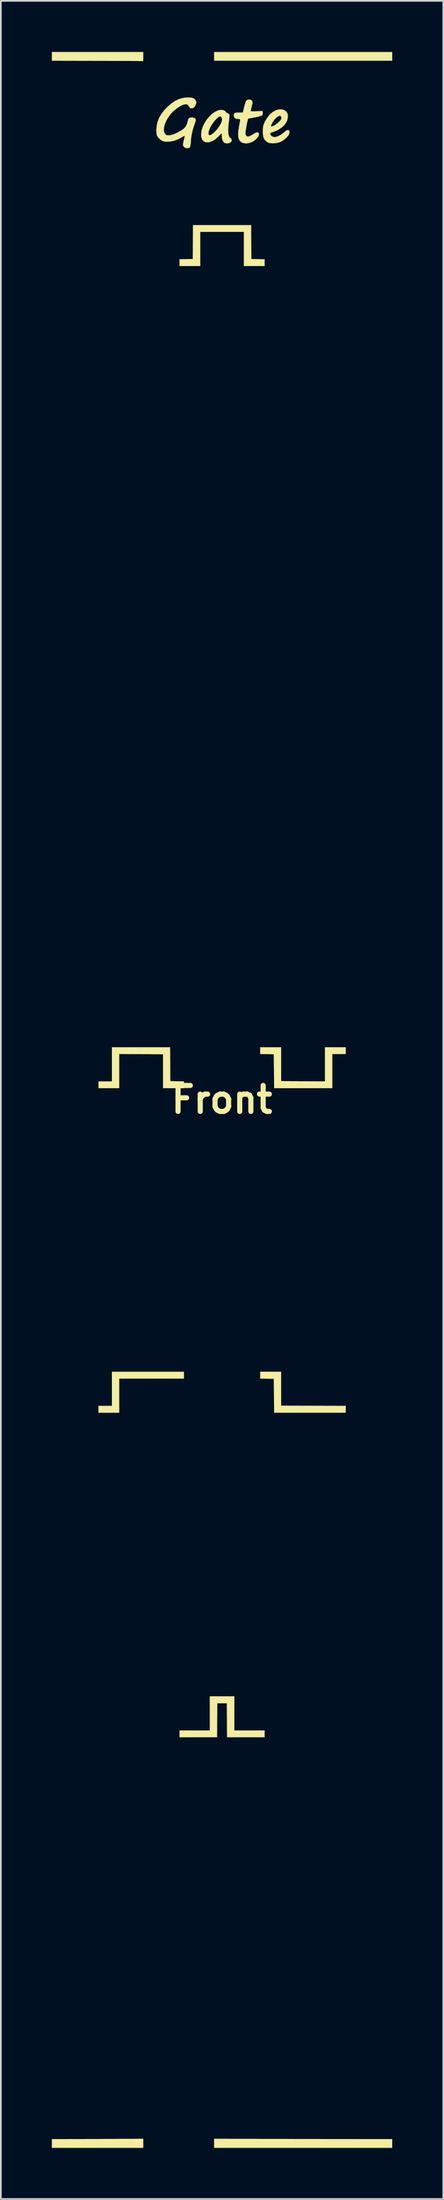
<source format=kicad_pcb>
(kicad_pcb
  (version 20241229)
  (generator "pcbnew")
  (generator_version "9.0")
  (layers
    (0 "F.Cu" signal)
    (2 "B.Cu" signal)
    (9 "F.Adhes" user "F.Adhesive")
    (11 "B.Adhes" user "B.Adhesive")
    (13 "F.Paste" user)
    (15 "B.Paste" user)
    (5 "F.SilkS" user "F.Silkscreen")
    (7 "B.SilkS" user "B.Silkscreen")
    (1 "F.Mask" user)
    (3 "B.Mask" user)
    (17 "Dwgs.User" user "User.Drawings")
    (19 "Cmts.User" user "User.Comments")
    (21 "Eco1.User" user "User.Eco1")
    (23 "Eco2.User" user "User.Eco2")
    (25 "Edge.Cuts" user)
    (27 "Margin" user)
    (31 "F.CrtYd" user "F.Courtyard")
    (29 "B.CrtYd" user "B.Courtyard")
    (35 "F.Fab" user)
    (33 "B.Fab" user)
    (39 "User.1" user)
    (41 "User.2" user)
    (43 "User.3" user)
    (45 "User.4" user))
  (footprint "Front"
    (layer "F.Cu")
    (at 9.996 61.501)
    (property "Reference" "Front" (at 0 0 0) (layer "F.SilkS") (effects (font (size 1.524 1.524) (thickness 0.3))))
    (attr through_hole)
    (fp_poly (pts (xy 10.019 -60.988) (xy -0.452 -60.988) (xy -0.452 -61.496) (xy 10.019 -61.496) (xy 10.019 -60.988)) (stroke (width 0.01) (type solid)) (fill yes) (layer "F.SilkS"))
    (fp_poly (pts (xy -4.628 61.263) (xy -4.628 61.524) (xy -9.991 61.524) (xy -9.991 61.017) (xy -4.628 61.002) (xy -4.628 61.263)) (stroke (width 0.01) (type solid)) (fill yes) (layer "F.SilkS"))
    (fp_poly (pts (xy 4.784 61.01) (xy 10.019 61.017) (xy 10.019 61.524) (xy -0.452 61.524) (xy -0.452 61.263) (xy -0.452 61.002) (xy 4.784 61.01)) (stroke (width 0.01) (type solid)) (fill yes) (layer "F.SilkS"))
    (fp_poly (pts (xy -2.23 16.369) (xy -6.04 16.369) (xy -6.04 18.373) (xy -7.253 18.373) (xy -7.253 17.978) (xy -6.463 17.978) (xy -6.463 15.974) (xy -2.23 15.974) (xy -2.23 16.369)) (stroke (width 0.01) (type solid)) (fill yes) (layer "F.SilkS"))
    (fp_poly (pts (xy 3.485 17.963) (xy 5.383 17.971) (xy 7.281 17.978) (xy 7.281 18.373) (xy 3.077 18.373) (xy 3.07 17.378) (xy 3.062 16.383) (xy 2.66 16.375) (xy 2.258 16.367) (xy 2.258 15.974) (xy 2.872 15.974) (xy 3.485 15.974) (xy 3.485 17.963)) (stroke (width 0.01) (type solid)) (fill yes) (layer "F.SilkS"))
    (fp_poly (pts (xy -3.041 -2.081) (xy -3.034 -1.087) (xy -2.632 -1.079) (xy -2.23 -1.071) (xy -2.23 -0.677) (xy -2.843 -0.677) (xy -3.457 -0.677) (xy -3.457 -2.667) (xy -4.748 -2.674) (xy -6.04 -2.682) (xy -6.04 -0.677) (xy -7.253 -0.677) (xy -7.253 -1.072) (xy -6.463 -1.072) (xy -6.463 -3.076) (xy -3.049 -3.076) (xy -3.041 -2.081)) (stroke (width 0.01) (type solid)) (fill yes) (layer "F.SilkS"))
    (fp_poly (pts (xy 1.728 -50.341) (xy 1.736 -49.347) (xy 2.124 -49.339) (xy 2.512 -49.331) (xy 2.512 -48.937) (xy 1.298 -48.937) (xy 1.298 -50.941) (xy -1.27 -50.941) (xy -1.27 -48.937) (xy -2.484 -48.937) (xy -2.484 -49.331) (xy -2.095 -49.339) (xy -1.707 -49.347) (xy -1.7 -50.341) (xy -1.693 -51.336) (xy 1.721 -51.336) (xy 1.728 -50.341)) (stroke (width 0.01) (type solid)) (fill yes) (layer "F.SilkS"))
    (fp_poly (pts (xy 3.485 -1.087) (xy 4.777 -1.079) (xy 6.068 -1.072) (xy 6.068 -3.076) (xy 7.281 -3.076) (xy 7.281 -2.681) (xy 6.491 -2.681) (xy 6.491 -0.677) (xy 3.077 -0.677) (xy 3.07 -1.672) (xy 3.062 -2.667) (xy 2.66 -2.675) (xy 2.258 -2.683) (xy 2.258 -3.076) (xy 2.872 -3.076) (xy 3.485 -3.076) (xy 3.485 -1.087)) (stroke (width 0.01) (type solid)) (fill yes) (layer "F.SilkS"))
    (fp_poly (pts (xy -4.628 -61.228) (xy -4.629 -61.114) (xy -4.631 -61.025) (xy -4.634 -60.974) (xy -4.636 -60.967) (xy -4.664 -60.968) (xy -4.745 -60.969) (xy -4.875 -60.97) (xy -5.05 -60.972) (xy -5.265 -60.973) (xy -5.517 -60.974) (xy -5.803 -60.976) (xy -6.118 -60.977) (xy -6.457 -60.978) (xy -6.819 -60.98) (xy -7.198 -60.981) (xy -7.317 -60.981) (xy -9.991 -60.989) (xy -9.991 -61.496) (xy -4.628 -61.496) (xy -4.628 -61.228)) (stroke (width 0.01) (type solid)) (fill yes) (layer "F.SilkS"))
    (fp_poly (pts (xy 0.734 37.028) (xy 2.512 37.028) (xy 2.512 37.423) (xy 0.31 37.423) (xy 0.31 37.345) (xy 0.31 37.299) (xy 0.309 37.203) (xy 0.308 37.066) (xy 0.307 36.894) (xy 0.305 36.696) (xy 0.304 36.478) (xy 0.303 36.35) (xy 0.296 35.433) (xy -0.268 35.433) (xy -0.276 36.428) (xy -0.283 37.423) (xy -2.484 37.423) (xy -2.484 37.028) (xy -0.706 37.028) (xy -0.706 35.024) (xy 0.734 35.024) (xy 0.734 37.028)) (stroke (width 0.01) (type solid)) (fill yes) (layer "F.SilkS"))
    (fp_poly (pts (xy 0.129 -58.067) (xy 0.208 -58.01) (xy 0.223 -57.987) (xy 0.274 -57.934) (xy 0.348 -57.896) (xy 0.398 -57.874) (xy 0.43 -57.835) (xy 0.446 -57.773) (xy 0.446 -57.678) (xy 0.431 -57.544) (xy 0.411 -57.407) (xy 0.378 -57.15) (xy 0.367 -56.925) (xy 0.376 -56.737) (xy 0.405 -56.591) (xy 0.454 -56.49) (xy 0.502 -56.447) (xy 0.566 -56.389) (xy 0.579 -56.306) (xy 0.573 -56.277) (xy 0.529 -56.209) (xy 0.448 -56.162) (xy 0.347 -56.137) (xy 0.244 -56.139) (xy 0.154 -56.17) (xy 0.12 -56.197) (xy 0.048 -56.303) (xy 0.009 -56.435) (xy 0 -56.573) (xy -0.003 -56.658) (xy -0.009 -56.713) (xy -0.015 -56.727) (xy -0.04 -56.707) (xy -0.093 -56.656) (xy -0.165 -56.582) (xy -0.197 -56.549) (xy -0.382 -56.378) (xy -0.568 -56.264) (xy -0.755 -56.206) (xy -0.798 -56.201) (xy -0.95 -56.208) (xy -1.068 -56.261) (xy -1.153 -56.358) (xy -1.203 -56.498) (xy -1.217 -56.663) (xy -1.215 -56.682) (xy -0.787 -56.682) (xy -0.758 -56.621) (xy -0.707 -56.608) (xy -0.629 -56.638) (xy -0.529 -56.707) (xy -0.412 -56.811) (xy -0.344 -56.881) (xy -0.211 -57.041) (xy -0.1 -57.21) (xy -0.021 -57.373) (xy 0.012 -57.48) (xy 0.013 -57.578) (xy -0.019 -57.669) (xy -0.066 -57.719) (xy -0.118 -57.722) (xy -0.193 -57.683) (xy -0.283 -57.61) (xy -0.382 -57.511) (xy -0.482 -57.391) (xy -0.576 -57.259) (xy -0.659 -57.122) (xy -0.679 -57.084) (xy -0.749 -56.921) (xy -0.786 -56.786) (xy -0.787 -56.682) (xy -1.215 -56.682) (xy -1.193 -56.873) (xy -1.127 -57.09) (xy -1.027 -57.305) (xy -0.898 -57.51) (xy -0.747 -57.696) (xy -0.581 -57.857) (xy -0.404 -57.983) (xy -0.225 -58.066) (xy -0.116 -58.093) (xy 0.017 -58.096) (xy 0.129 -58.067)) (stroke (width 0.01) (type solid)) (fill yes) (layer "F.SilkS"))
    (fp_poly (pts (xy 3.646 -58.097) (xy 3.763 -58.021) (xy 3.802 -57.977) (xy 3.848 -57.908) (xy 3.871 -57.842) (xy 3.877 -57.753) (xy 3.877 -57.701) (xy 3.854 -57.527) (xy 3.79 -57.37) (xy 3.679 -57.219) (xy 3.614 -57.152) (xy 3.458 -57.025) (xy 3.272 -56.913) (xy 3.08 -56.828) (xy 3.02 -56.809) (xy 2.916 -56.775) (xy 2.858 -56.743) (xy 2.839 -56.705) (xy 2.843 -56.669) (xy 2.889 -56.592) (xy 2.973 -56.532) (xy 3.075 -56.503) (xy 3.101 -56.501) (xy 3.224 -56.522) (xy 3.368 -56.581) (xy 3.516 -56.669) (xy 3.621 -56.75) (xy 3.728 -56.839) (xy 3.807 -56.892) (xy 3.867 -56.914) (xy 3.918 -56.912) (xy 3.924 -56.91) (xy 3.966 -56.87) (xy 3.979 -56.797) (xy 3.963 -56.705) (xy 3.939 -56.648) (xy 3.868 -56.548) (xy 3.762 -56.44) (xy 3.636 -56.337) (xy 3.506 -56.254) (xy 3.458 -56.229) (xy 3.301 -56.176) (xy 3.127 -56.145) (xy 2.954 -56.139) (xy 2.803 -56.159) (xy 2.757 -56.173) (xy 2.636 -56.234) (xy 2.544 -56.32) (xy 2.473 -56.43) (xy 2.438 -56.534) (xy 2.417 -56.676) (xy 2.409 -56.838) (xy 2.417 -57.005) (xy 2.436 -57.14) (xy 2.889 -57.14) (xy 2.914 -57.124) (xy 2.976 -57.139) (xy 3.069 -57.177) (xy 3.169 -57.235) (xy 3.276 -57.317) (xy 3.375 -57.411) (xy 3.454 -57.501) (xy 3.496 -57.574) (xy 3.509 -57.646) (xy 3.485 -57.704) (xy 3.475 -57.717) (xy 3.44 -57.755) (xy 3.407 -57.763) (xy 3.354 -57.745) (xy 3.321 -57.729) (xy 3.216 -57.657) (xy 3.107 -57.547) (xy 3.006 -57.414) (xy 2.928 -57.274) (xy 2.894 -57.185) (xy 2.889 -57.14) (xy 2.436 -57.14) (xy 2.438 -57.159) (xy 2.464 -57.254) (xy 2.538 -57.42) (xy 2.644 -57.596) (xy 2.768 -57.762) (xy 2.865 -57.868) (xy 3.019 -57.992) (xy 3.183 -58.078) (xy 3.347 -58.125) (xy 3.505 -58.131) (xy 3.646 -58.097)) (stroke (width 0.01) (type solid)) (fill yes) (layer "F.SilkS"))
    (fp_poly (pts (xy 1.692 -58.693) (xy 1.745 -58.66) (xy 1.769 -58.628) (xy 1.791 -58.589) (xy 1.801 -58.551) (xy 1.799 -58.498) (xy 1.782 -58.418) (xy 1.755 -58.31) (xy 1.727 -58.198) (xy 1.706 -58.105) (xy 1.694 -58.046) (xy 1.693 -58.035) (xy 1.712 -58.021) (xy 1.771 -58.014) (xy 1.875 -58.012) (xy 2.03 -58.017) (xy 2.042 -58.018) (xy 2.391 -58.033) (xy 2.405 -57.959) (xy 2.404 -57.877) (xy 2.387 -57.821) (xy 2.364 -57.79) (xy 2.325 -57.762) (xy 2.261 -57.737) (xy 2.165 -57.71) (xy 2.03 -57.68) (xy 1.849 -57.645) (xy 1.807 -57.637) (xy 1.539 -57.587) (xy 1.491 -57.381) (xy 1.464 -57.249) (xy 1.435 -57.092) (xy 1.411 -56.942) (xy 1.408 -56.925) (xy 1.392 -56.803) (xy 1.386 -56.722) (xy 1.391 -56.668) (xy 1.407 -56.626) (xy 1.423 -56.599) (xy 1.465 -56.549) (xy 1.514 -56.533) (xy 1.576 -56.539) (xy 1.653 -56.565) (xy 1.751 -56.614) (xy 1.84 -56.67) (xy 1.969 -56.747) (xy 2.069 -56.78) (xy 2.14 -56.767) (xy 2.168 -56.736) (xy 2.183 -56.657) (xy 2.152 -56.561) (xy 2.083 -56.459) (xy 1.983 -56.358) (xy 1.857 -56.266) (xy 1.764 -56.215) (xy 1.588 -56.153) (xy 1.414 -56.133) (xy 1.256 -56.156) (xy 1.187 -56.183) (xy 1.088 -56.253) (xy 1.018 -56.348) (xy 0.976 -56.473) (xy 0.96 -56.635) (xy 0.971 -56.836) (xy 1.007 -57.083) (xy 1.017 -57.134) (xy 1.048 -57.296) (xy 1.068 -57.411) (xy 1.077 -57.486) (xy 1.074 -57.531) (xy 1.057 -57.553) (xy 1.026 -57.561) (xy 0.98 -57.563) (xy 0.965 -57.563) (xy 0.834 -57.584) (xy 0.75 -57.636) (xy 0.71 -57.719) (xy 0.706 -57.766) (xy 0.711 -57.844) (xy 0.736 -57.895) (xy 0.787 -57.924) (xy 0.877 -57.937) (xy 1.005 -57.94) (xy 1.236 -57.94) (xy 1.317 -58.272) (xy 1.353 -58.408) (xy 1.389 -58.525) (xy 1.423 -58.612) (xy 1.446 -58.653) (xy 1.518 -58.691) (xy 1.608 -58.702) (xy 1.692 -58.693)) (stroke (width 0.01) (type solid)) (fill yes) (layer "F.SilkS"))
    (fp_poly (pts (xy -1.854 -58.822) (xy -1.733 -58.803) (xy -1.643 -58.765) (xy -1.572 -58.704) (xy -1.544 -58.669) (xy -1.505 -58.571) (xy -1.516 -58.454) (xy -1.576 -58.323) (xy -1.589 -58.303) (xy -1.648 -58.235) (xy -1.719 -58.205) (xy -1.758 -58.2) (xy -1.829 -58.2) (xy -1.874 -58.223) (xy -1.918 -58.284) (xy -1.922 -58.292) (xy -1.972 -58.363) (xy -2.022 -58.414) (xy -2.033 -58.42) (xy -2.12 -58.437) (xy -2.236 -58.416) (xy -2.373 -58.362) (xy -2.522 -58.28) (xy -2.676 -58.174) (xy -2.827 -58.049) (xy -2.966 -57.909) (xy -3.013 -57.856) (xy -3.151 -57.669) (xy -3.261 -57.48) (xy -3.342 -57.294) (xy -3.394 -57.118) (xy -3.415 -56.958) (xy -3.403 -56.82) (xy -3.358 -56.71) (xy -3.279 -56.635) (xy -3.233 -56.614) (xy -3.117 -56.601) (xy -2.967 -56.625) (xy -2.791 -56.682) (xy -2.596 -56.772) (xy -2.571 -56.786) (xy -2.396 -56.885) (xy -2.265 -56.975) (xy -2.169 -57.065) (xy -2.099 -57.165) (xy -2.048 -57.285) (xy -2.006 -57.431) (xy -1.979 -57.531) (xy -1.954 -57.589) (xy -1.921 -57.621) (xy -1.872 -57.639) (xy -1.78 -57.652) (xy -1.682 -57.646) (xy -1.68 -57.646) (xy -1.589 -57.612) (xy -1.543 -57.55) (xy -1.543 -57.457) (xy -1.567 -57.375) (xy -1.662 -57.101) (xy -1.732 -56.86) (xy -1.78 -56.635) (xy -1.812 -56.41) (xy -1.825 -56.233) (xy -1.838 -56.078) (xy -1.857 -55.971) (xy -1.887 -55.903) (xy -1.933 -55.867) (xy -2 -55.853) (xy -2.038 -55.852) (xy -2.142 -55.869) (xy -2.217 -55.921) (xy -2.257 -55.969) (xy -2.278 -56.022) (xy -2.28 -56.092) (xy -2.264 -56.191) (xy -2.23 -56.332) (xy -2.197 -56.46) (xy -2.18 -56.54) (xy -2.182 -56.58) (xy -2.204 -56.585) (xy -2.246 -56.562) (xy -2.279 -56.54) (xy -2.527 -56.396) (xy -2.784 -56.296) (xy -3.041 -56.242) (xy -3.288 -56.236) (xy -3.424 -56.256) (xy -3.529 -56.299) (xy -3.639 -56.379) (xy -3.737 -56.479) (xy -3.804 -56.583) (xy -3.815 -56.609) (xy -3.841 -56.739) (xy -3.849 -56.904) (xy -3.837 -57.087) (xy -3.809 -57.272) (xy -3.771 -57.418) (xy -3.684 -57.637) (xy -3.564 -57.845) (xy -3.406 -58.052) (xy -3.219 -58.251) (xy -2.979 -58.465) (xy -2.743 -58.626) (xy -2.506 -58.738) (xy -2.26 -58.804) (xy -2.018 -58.825) (xy -1.854 -58.822)) (stroke (width 0.01) (type solid)) (fill yes) (layer "F.SilkS")))
  (gr_rect
    (start -3 -3)
    (end 23.02 126.031)
    (stroke (width 0.1) (type default))
    (fill no)
    (layer "Edge.Cuts")))
</source>
